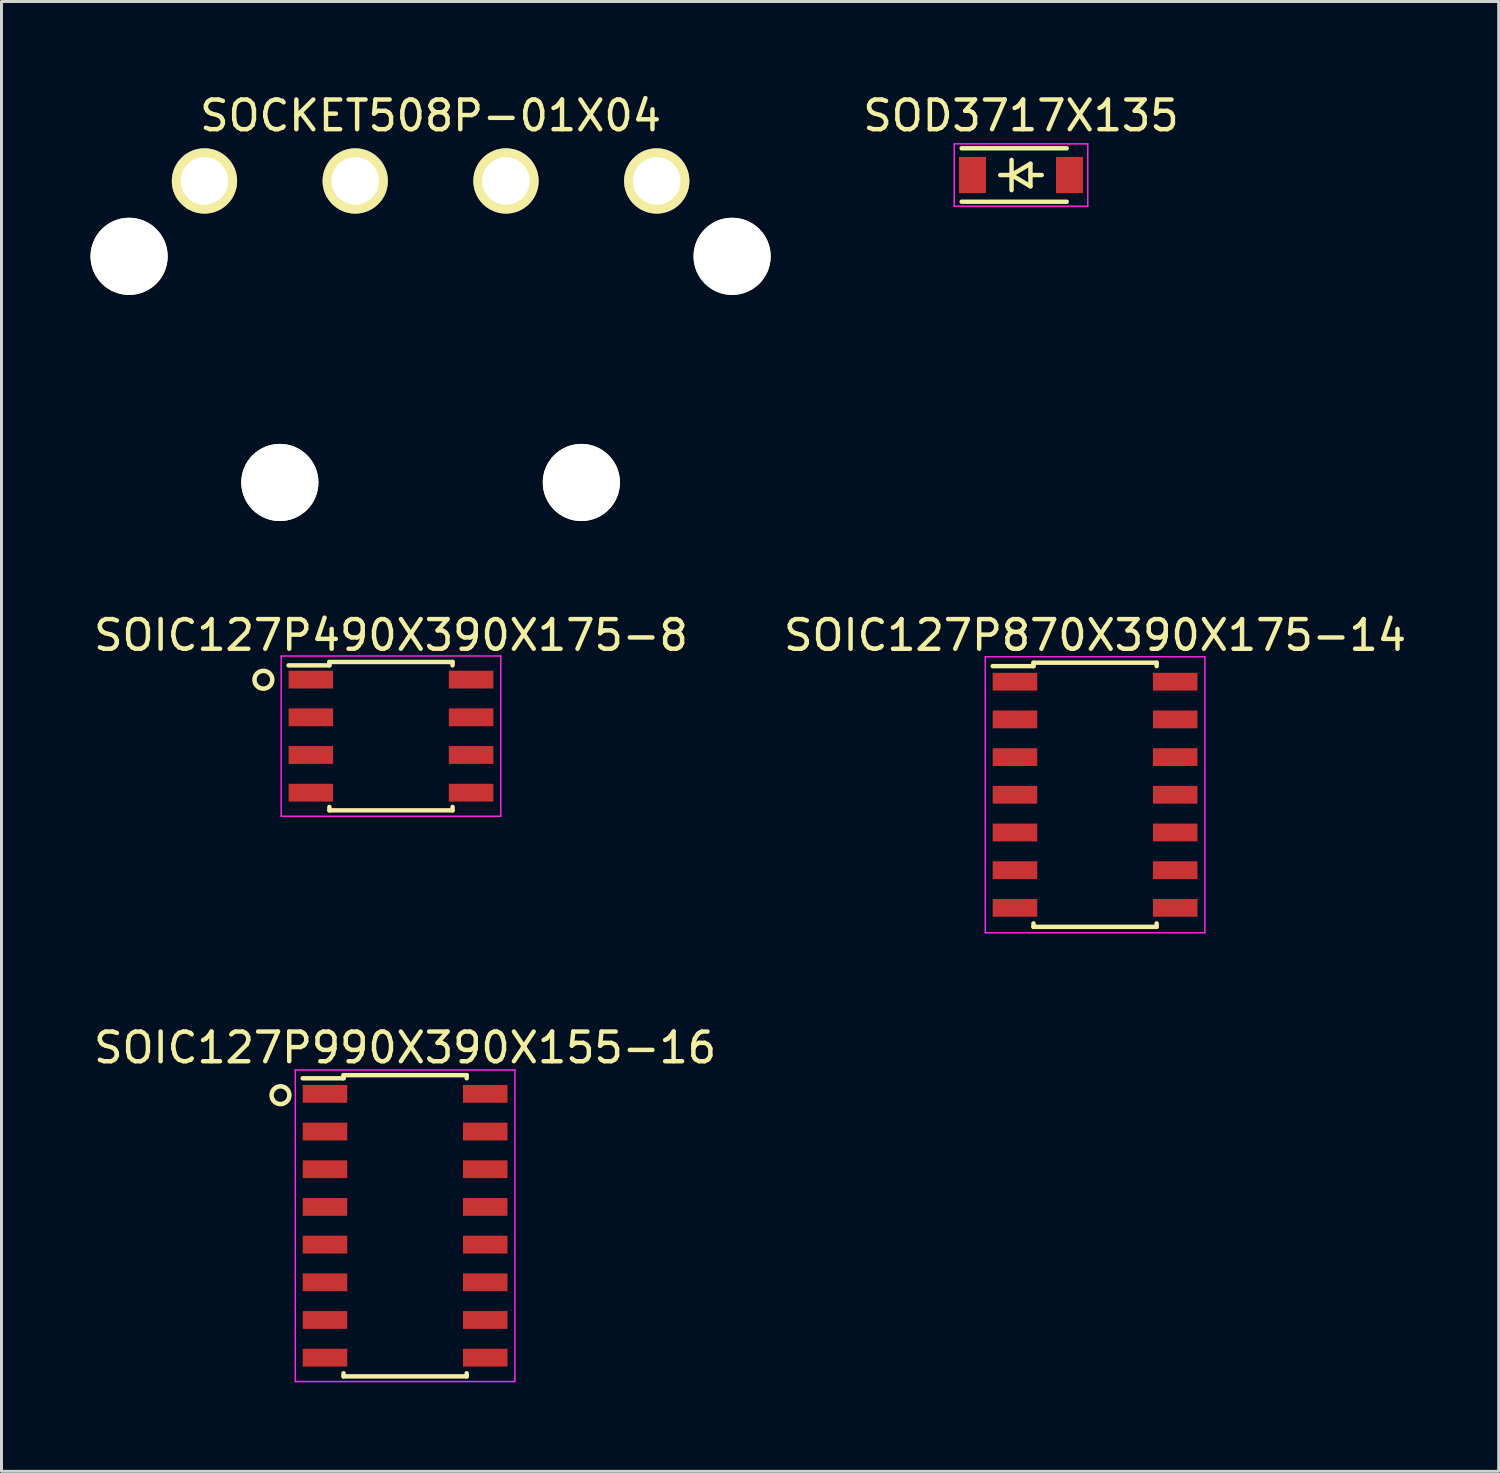
<source format=kicad_pcb>
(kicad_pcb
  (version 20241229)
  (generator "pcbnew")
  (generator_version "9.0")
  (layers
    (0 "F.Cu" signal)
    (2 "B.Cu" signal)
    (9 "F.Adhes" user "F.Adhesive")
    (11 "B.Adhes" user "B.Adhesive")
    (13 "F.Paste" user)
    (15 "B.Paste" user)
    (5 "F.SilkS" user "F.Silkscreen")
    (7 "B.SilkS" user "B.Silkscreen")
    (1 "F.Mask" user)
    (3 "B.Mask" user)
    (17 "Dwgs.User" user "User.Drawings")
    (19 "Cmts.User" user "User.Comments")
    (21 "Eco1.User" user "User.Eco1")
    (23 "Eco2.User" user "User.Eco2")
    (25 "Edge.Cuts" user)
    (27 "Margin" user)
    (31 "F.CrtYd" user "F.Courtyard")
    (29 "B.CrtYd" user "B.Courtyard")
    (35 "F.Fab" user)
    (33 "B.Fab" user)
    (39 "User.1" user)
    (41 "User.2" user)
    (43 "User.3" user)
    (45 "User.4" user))
  (footprint "SOIC127P870X390X175-14"
    (layer "F.Cu")
    (at 33.851 23.732)
    (property "Reference" "SOIC127P870X390X175-14" (at 0 -5.375 0) (layer "F.SilkS") (effects (font (size 1 1) (thickness 0.15))))
    (attr smd)
    (fp_line (start -2.075 -4.45) (end -2.075 -4.335) (stroke (width 0.15) (type solid)) (layer "F.SilkS"))
    (fp_line (start -2.075 -4.45) (end 2.075 -4.45) (stroke (width 0.15) (type solid)) (layer "F.SilkS"))
    (fp_line (start -2.075 -4.335) (end -3.45 -4.335) (stroke (width 0.15) (type solid)) (layer "F.SilkS"))
    (fp_line (start -2.075 4.45) (end -2.075 4.335) (stroke (width 0.15) (type solid)) (layer "F.SilkS"))
    (fp_line (start -2.075 4.45) (end 2.075 4.45) (stroke (width 0.15) (type solid)) (layer "F.SilkS"))
    (fp_line (start 2.075 -4.45) (end 2.075 -4.335) (stroke (width 0.15) (type solid)) (layer "F.SilkS"))
    (fp_line (start 2.075 4.45) (end 2.075 4.335) (stroke (width 0.15) (type solid)) (layer "F.SilkS"))
    (fp_line (start -3.7 -4.65) (end -3.7 4.65) (stroke (width 0.05) (type solid)) (layer "F.CrtYd"))
    (fp_line (start -3.7 -4.65) (end 3.7 -4.65) (stroke (width 0.05) (type solid)) (layer "F.CrtYd"))
    (fp_line (start -3.7 4.65) (end 3.7 4.65) (stroke (width 0.05) (type solid)) (layer "F.CrtYd"))
    (fp_line (start 3.7 -4.65) (end 3.7 4.65) (stroke (width 0.05) (type solid)) (layer "F.CrtYd"))
    (pad "1" smd rect (at -2.7 -3.81) (size 1.5 0.6) (layers "F.Cu" "F.Mask" "F.Paste"))
    (pad "2" smd rect (at -2.7 -2.54) (size 1.5 0.6) (layers "F.Cu" "F.Mask" "F.Paste"))
    (pad "3" smd rect (at -2.7 -1.27) (size 1.5 0.6) (layers "F.Cu" "F.Mask" "F.Paste"))
    (pad "4" smd rect (at -2.7 0) (size 1.5 0.6) (layers "F.Cu" "F.Mask" "F.Paste"))
    (pad "5" smd rect (at -2.7 1.27) (size 1.5 0.6) (layers "F.Cu" "F.Mask" "F.Paste"))
    (pad "6" smd rect (at -2.7 2.54) (size 1.5 0.6) (layers "F.Cu" "F.Mask" "F.Paste"))
    (pad "7" smd rect (at -2.7 3.81) (size 1.5 0.6) (layers "F.Cu" "F.Mask" "F.Paste"))
    (pad "8" smd rect (at 2.7 3.81) (size 1.5 0.6) (layers "F.Cu" "F.Mask" "F.Paste"))
    (pad "9" smd rect (at 2.7 2.54) (size 1.5 0.6) (layers "F.Cu" "F.Mask" "F.Paste"))
    (pad "10" smd rect (at 2.7 1.27) (size 1.5 0.6) (layers "F.Cu" "F.Mask" "F.Paste"))
    (pad "11" smd rect (at 2.7 0) (size 1.5 0.6) (layers "F.Cu" "F.Mask" "F.Paste"))
    (pad "12" smd rect (at 2.7 -1.27) (size 1.5 0.6) (layers "F.Cu" "F.Mask" "F.Paste"))
    (pad "13" smd rect (at 2.7 -2.54) (size 1.5 0.6) (layers "F.Cu" "F.Mask" "F.Paste"))
    (pad "14" smd rect (at 2.7 -3.81) (size 1.5 0.6) (layers "F.Cu" "F.Mask" "F.Paste")))
  (footprint "SOIC127P990X390X155-16"
    (layer "F.Cu")
    (at 10.601 38.255)
    (property "Reference" "SOIC127P990X390X155-16" (at 0 -6 0) (layer "F.SilkS") (effects (font (size 1 1) (thickness 0.15))))
    (attr smd)
    (fp_line (start -2.075 -5.075) (end -2.075 -4.97) (stroke (width 0.15) (type solid)) (layer "F.SilkS"))
    (fp_line (start -2.075 -5.075) (end 2.075 -5.075) (stroke (width 0.15) (type solid)) (layer "F.SilkS"))
    (fp_line (start -2.075 -4.97) (end -3.45 -4.97) (stroke (width 0.15) (type solid)) (layer "F.SilkS"))
    (fp_line (start -2.075 5.075) (end -2.075 4.97) (stroke (width 0.15) (type solid)) (layer "F.SilkS"))
    (fp_line (start -2.075 5.075) (end 2.075 5.075) (stroke (width 0.15) (type solid)) (layer "F.SilkS"))
    (fp_line (start 2.075 -5.075) (end 2.075 -4.97) (stroke (width 0.15) (type solid)) (layer "F.SilkS"))
    (fp_line (start 2.075 5.075) (end 2.075 4.97) (stroke (width 0.15) (type solid)) (layer "F.SilkS"))
    (fp_circle (center -4.2 -4.4) (end -3.9 -4.4) (stroke (width 0.152) (type solid)) (fill no) (layer "F.SilkS"))
    (fp_line (start -3.7 -5.25) (end -3.7 5.25) (stroke (width 0.05) (type solid)) (layer "F.CrtYd"))
    (fp_line (start -3.7 -5.25) (end 3.7 -5.25) (stroke (width 0.05) (type solid)) (layer "F.CrtYd"))
    (fp_line (start -3.7 5.25) (end 3.7 5.25) (stroke (width 0.05) (type solid)) (layer "F.CrtYd"))
    (fp_line (start 3.7 -5.25) (end 3.7 5.25) (stroke (width 0.05) (type solid)) (layer "F.CrtYd"))
    (pad "1" smd rect (at -2.7 -4.445) (size 1.5 0.6) (layers "F.Cu" "F.Mask" "F.Paste"))
    (pad "2" smd rect (at -2.7 -3.175) (size 1.5 0.6) (layers "F.Cu" "F.Mask" "F.Paste"))
    (pad "3" smd rect (at -2.7 -1.905) (size 1.5 0.6) (layers "F.Cu" "F.Mask" "F.Paste"))
    (pad "4" smd rect (at -2.7 -0.635) (size 1.5 0.6) (layers "F.Cu" "F.Mask" "F.Paste"))
    (pad "5" smd rect (at -2.7 0.635) (size 1.5 0.6) (layers "F.Cu" "F.Mask" "F.Paste"))
    (pad "6" smd rect (at -2.7 1.905) (size 1.5 0.6) (layers "F.Cu" "F.Mask" "F.Paste"))
    (pad "7" smd rect (at -2.7 3.175) (size 1.5 0.6) (layers "F.Cu" "F.Mask" "F.Paste"))
    (pad "8" smd rect (at -2.7 4.445) (size 1.5 0.6) (layers "F.Cu" "F.Mask" "F.Paste"))
    (pad "9" smd rect (at 2.7 4.445) (size 1.5 0.6) (layers "F.Cu" "F.Mask" "F.Paste"))
    (pad "10" smd rect (at 2.7 3.175) (size 1.5 0.6) (layers "F.Cu" "F.Mask" "F.Paste"))
    (pad "11" smd rect (at 2.7 1.905) (size 1.5 0.6) (layers "F.Cu" "F.Mask" "F.Paste"))
    (pad "12" smd rect (at 2.7 0.635) (size 1.5 0.6) (layers "F.Cu" "F.Mask" "F.Paste"))
    (pad "13" smd rect (at 2.7 -0.635) (size 1.5 0.6) (layers "F.Cu" "F.Mask" "F.Paste"))
    (pad "14" smd rect (at 2.7 -1.905) (size 1.5 0.6) (layers "F.Cu" "F.Mask" "F.Paste"))
    (pad "15" smd rect (at 2.7 -3.175) (size 1.5 0.6) (layers "F.Cu" "F.Mask" "F.Paste"))
    (pad "16" smd rect (at 2.7 -4.445) (size 1.5 0.6) (layers "F.Cu" "F.Mask" "F.Paste")))
  (footprint "SOIC127P490X390X175-8"
    (layer "F.Cu")
    (at 10.125 21.756)
    (property "Reference" "SOIC127P490X390X175-8" (at 0 -3.4 0) (layer "F.SilkS") (effects (font (size 1 1) (thickness 0.15))))
    (attr smd)
    (fp_line (start -2.075 -2.5) (end -2.075 -2.385) (stroke (width 0.15) (type solid)) (layer "F.SilkS"))
    (fp_line (start -2.075 -2.5) (end 2.075 -2.5) (stroke (width 0.15) (type solid)) (layer "F.SilkS"))
    (fp_line (start -2.075 -2.385) (end -3.45 -2.385) (stroke (width 0.15) (type solid)) (layer "F.SilkS"))
    (fp_line (start -2.075 2.5) (end -2.075 2.385) (stroke (width 0.15) (type solid)) (layer "F.SilkS"))
    (fp_line (start -2.075 2.5) (end 2.075 2.5) (stroke (width 0.15) (type solid)) (layer "F.SilkS"))
    (fp_line (start 2.075 -2.5) (end 2.075 -2.385) (stroke (width 0.15) (type solid)) (layer "F.SilkS"))
    (fp_line (start 2.075 2.5) (end 2.075 2.385) (stroke (width 0.15) (type solid)) (layer "F.SilkS"))
    (fp_circle (center -4.3 -1.9) (end -4 -1.9) (stroke (width 0.152) (type solid)) (fill no) (layer "F.SilkS"))
    (fp_line (start -3.7 -2.7) (end -3.7 2.7) (stroke (width 0.05) (type solid)) (layer "F.CrtYd"))
    (fp_line (start -3.7 -2.7) (end 3.7 -2.7) (stroke (width 0.05) (type solid)) (layer "F.CrtYd"))
    (fp_line (start -3.7 2.7) (end 3.7 2.7) (stroke (width 0.05) (type solid)) (layer "F.CrtYd"))
    (fp_line (start 3.7 -2.7) (end 3.7 2.7) (stroke (width 0.05) (type solid)) (layer "F.CrtYd"))
    (pad "1" smd rect (at -2.7 -1.905) (size 1.5 0.6) (layers "F.Cu" "F.Mask" "F.Paste"))
    (pad "2" smd rect (at -2.7 -0.635) (size 1.5 0.6) (layers "F.Cu" "F.Mask" "F.Paste"))
    (pad "3" smd rect (at -2.7 0.635) (size 1.5 0.6) (layers "F.Cu" "F.Mask" "F.Paste"))
    (pad "4" smd rect (at -2.7 1.905) (size 1.5 0.6) (layers "F.Cu" "F.Mask" "F.Paste"))
    (pad "5" smd rect (at 2.7 1.905) (size 1.5 0.6) (layers "F.Cu" "F.Mask" "F.Paste"))
    (pad "6" smd rect (at 2.7 0.635) (size 1.5 0.6) (layers "F.Cu" "F.Mask" "F.Paste"))
    (pad "7" smd rect (at 2.7 -0.635) (size 1.5 0.6) (layers "F.Cu" "F.Mask" "F.Paste"))
    (pad "8" smd rect (at 2.7 -1.905) (size 1.5 0.6) (layers "F.Cu" "F.Mask" "F.Paste")))
  (footprint "SOD3717X135"
    (layer "F.Cu")
    (at 31.355 2.848)
    (property "Reference" "SOD3717X135" (at 0 -2 0) (layer "F.SilkS") (effects (font (size 1 1) (thickness 0.15))))
    (attr smd)
    (fp_line (start -2 -0.9) (end 1.54 -0.9) (stroke (width 0.15) (type solid)) (layer "F.SilkS"))
    (fp_line (start -2 0.9) (end 1.54 0.9) (stroke (width 0.15) (type solid)) (layer "F.SilkS"))
    (fp_line (start -0.699 0) (end -0.318 0) (stroke (width 0.15) (type solid)) (layer "F.SilkS"))
    (fp_line (start -0.318 -0.508) (end -0.318 0.508) (stroke (width 0.15) (type solid)) (layer "F.SilkS"))
    (fp_line (start -0.318 0) (end 0.318 -0.381) (stroke (width 0.15) (type solid)) (layer "F.SilkS"))
    (fp_line (start 0.318 -0.381) (end 0.318 0.381) (stroke (width 0.15) (type solid)) (layer "F.SilkS"))
    (fp_line (start 0.318 0) (end 0.699 0) (stroke (width 0.15) (type solid)) (layer "F.SilkS"))
    (fp_line (start 0.318 0.381) (end -0.318 0) (stroke (width 0.15) (type solid)) (layer "F.SilkS"))
    (fp_line (start -2.25 -1.05) (end -2.25 1.05) (stroke (width 0.05) (type solid)) (layer "F.CrtYd"))
    (fp_line (start -2.25 -1.05) (end 2.25 -1.05) (stroke (width 0.05) (type solid)) (layer "F.CrtYd"))
    (fp_line (start 2.25 -1.05) (end 2.25 1.05) (stroke (width 0.05) (type solid)) (layer "F.CrtYd"))
    (fp_line (start 2.25 1.05) (end -2.25 1.05) (stroke (width 0.05) (type solid)) (layer "F.CrtYd"))
    (pad "1" smd rect (at -1.635 0) (size 0.91 1.22) (layers "F.Cu" "F.Mask" "F.Paste"))
    (pad "2" smd rect (at 1.635 0) (size 0.91 1.22) (layers "F.Cu" "F.Mask" "F.Paste")))
  (footprint "SOCKET508P-01X04"
    (layer "F.Cu")
    (at 11.46 3.048)
    (property "Reference" "SOCKET508P-01X04" (at 0 -2.2 0) (layer "F.SilkS") (effects (font (size 1 1) (thickness 0.15))))
    (attr through_hole)
    (pad "" np_thru_hole circle (at -10.16 2.54) (size 2.6 2.6) (drill 2.6) (layers "*.Cu" "*.Mask" "F.SilkS"))
    (pad "" np_thru_hole circle (at -5.08 10.16) (size 2.6 2.6) (drill 2.6) (layers "*.Cu" "*.Mask" "F.SilkS"))
    (pad "" np_thru_hole circle (at 5.08 10.16) (size 2.6 2.6) (drill 2.6) (layers "*.Cu" "*.Mask" "F.SilkS"))
    (pad "" np_thru_hole circle (at 10.16 2.54) (size 2.6 2.6) (drill 2.6) (layers "*.Cu" "*.Mask" "F.SilkS"))
    (pad "1" thru_hole circle (at -7.62 0) (size 2.2 2.2) (drill 1.6) (layers "*.Cu" "*.Mask" "F.SilkS"))
    (pad "2" thru_hole circle (at -2.54 0) (size 2.2 2.2) (drill 1.6) (layers "*.Cu" "*.Mask" "F.SilkS"))
    (pad "3" thru_hole circle (at 2.54 0) (size 2.2 2.2) (drill 1.6) (layers "*.Cu" "*.Mask" "F.SilkS"))
    (pad "4" thru_hole circle (at 7.62 0) (size 2.2 2.2) (drill 1.6) (layers "*.Cu" "*.Mask" "F.SilkS")))
  (gr_rect
    (start -3 -3)
    (end 47.452 46.53)
    (stroke (width 0.1) (type default))
    (fill no)
    (layer "Edge.Cuts")))
</source>
